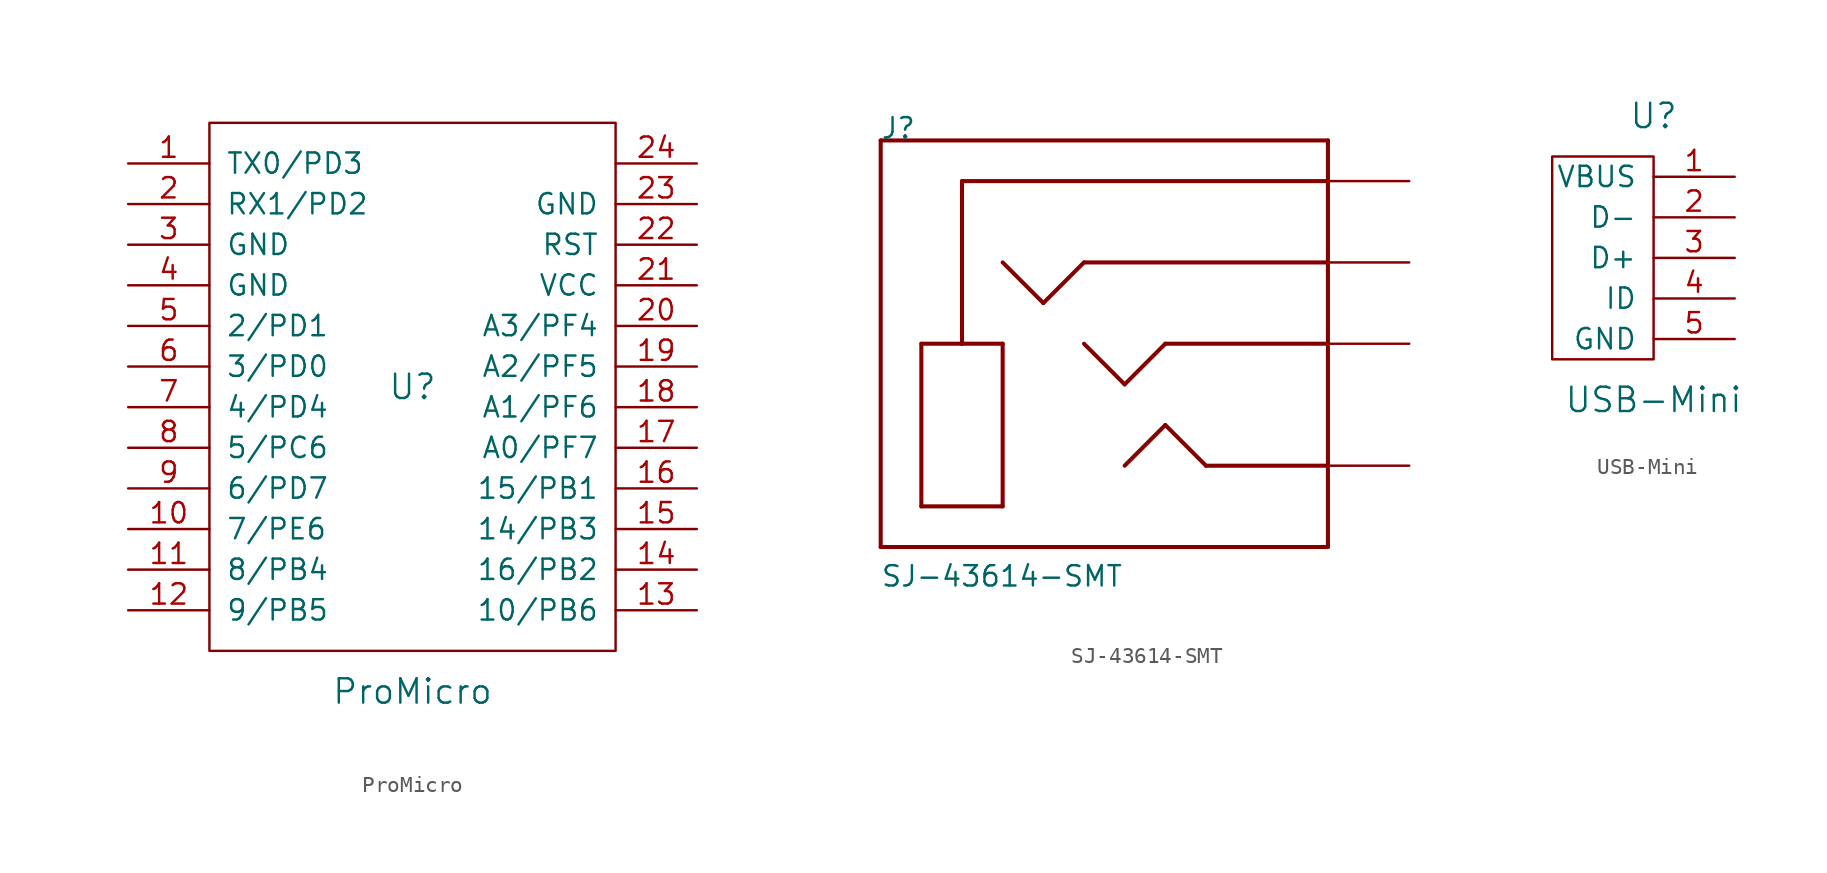
<source format=kicad_sym>
(kicad_symbol_lib
  (version 20211014)
  (generator kicad_symbol_editor)
  (symbol "ProMicro"
    (pin_names
      (offset 1.016))
    (property "Reference" "U"
      (at 0 0 0)
      (effects (font (size 1.524 1.524))))
    (property "Value" "ProMicro"
      (at 0 -19.05 0)
      (effects (font (size 1.524 1.524))))
    (symbol "ProMicro_0_1"
      (rectangle (start -12.7 -16.51) (end 12.7 16.51) (stroke (width 0) (type default) (color 0 0 0 0)) (fill (type none))))
    (symbol "ProMicro_1_1"
      (pin input line (at -17.78 13.97 0) (length 5.08) (name "TX0/PD3" (effects (font (size 1.27 1.27)))) (number "1" (effects (font (size 1.27 1.27)))))
      (pin input line (at -17.78 -8.89 0) (length 5.08) (name "7/PE6" (effects (font (size 1.27 1.27)))) (number "10" (effects (font (size 1.27 1.27)))))
      (pin input line (at -17.78 -11.43 0) (length 5.08) (name "8/PB4" (effects (font (size 1.27 1.27)))) (number "11" (effects (font (size 1.27 1.27)))))
      (pin input line (at -17.78 -13.97 0) (length 5.08) (name "9/PB5" (effects (font (size 1.27 1.27)))) (number "12" (effects (font (size 1.27 1.27)))))
      (pin input line (at 17.78 -13.97 180) (length 5.08) (name "10/PB6" (effects (font (size 1.27 1.27)))) (number "13" (effects (font (size 1.27 1.27)))))
      (pin input line (at 17.78 -11.43 180) (length 5.08) (name "16/PB2" (effects (font (size 1.27 1.27)))) (number "14" (effects (font (size 1.27 1.27)))))
      (pin input line (at 17.78 -8.89 180) (length 5.08) (name "14/PB3" (effects (font (size 1.27 1.27)))) (number "15" (effects (font (size 1.27 1.27)))))
      (pin input line (at 17.78 -6.35 180) (length 5.08) (name "15/PB1" (effects (font (size 1.27 1.27)))) (number "16" (effects (font (size 1.27 1.27)))))
      (pin input line (at 17.78 -3.81 180) (length 5.08) (name "A0/PF7" (effects (font (size 1.27 1.27)))) (number "17" (effects (font (size 1.27 1.27)))))
      (pin input line (at 17.78 -1.27 180) (length 5.08) (name "A1/PF6" (effects (font (size 1.27 1.27)))) (number "18" (effects (font (size 1.27 1.27)))))
      (pin input line (at 17.78 1.27 180) (length 5.08) (name "A2/PF5" (effects (font (size 1.27 1.27)))) (number "19" (effects (font (size 1.27 1.27)))))
      (pin input line (at -17.78 11.43 0) (length 5.08) (name "RX1/PD2" (effects (font (size 1.27 1.27)))) (number "2" (effects (font (size 1.27 1.27)))))
      (pin input line (at 17.78 3.81 180) (length 5.08) (name "A3/PF4" (effects (font (size 1.27 1.27)))) (number "20" (effects (font (size 1.27 1.27)))))
      (pin input line (at 17.78 6.35 180) (length 5.08) (name "VCC" (effects (font (size 1.27 1.27)))) (number "21" (effects (font (size 1.27 1.27)))))
      (pin input line (at 17.78 8.89 180) (length 5.08) (name "RST" (effects (font (size 1.27 1.27)))) (number "22" (effects (font (size 1.27 1.27)))))
      (pin input line (at 17.78 11.43 180) (length 5.08) (name "GND" (effects (font (size 1.27 1.27)))) (number "23" (effects (font (size 1.27 1.27)))))
      (pin input line (at 17.78 13.97 180) (length 5.08) (name "~" (effects (font (size 1.27 1.27)))) (number "24" (effects (font (size 1.27 1.27)))))
      (pin input line (at -17.78 8.89 0) (length 5.08) (name "GND" (effects (font (size 1.27 1.27)))) (number "3" (effects (font (size 1.27 1.27)))))
      (pin input line (at -17.78 6.35 0) (length 5.08) (name "GND" (effects (font (size 1.27 1.27)))) (number "4" (effects (font (size 1.27 1.27)))))
      (pin input line (at -17.78 3.81 0) (length 5.08) (name "2/PD1" (effects (font (size 1.27 1.27)))) (number "5" (effects (font (size 1.27 1.27)))))
      (pin input line (at -17.78 1.27 0) (length 5.08) (name "3/PD0" (effects (font (size 1.27 1.27)))) (number "6" (effects (font (size 1.27 1.27)))))
      (pin input line (at -17.78 -1.27 0) (length 5.08) (name "4/PD4" (effects (font (size 1.27 1.27)))) (number "7" (effects (font (size 1.27 1.27)))))
      (pin input line (at -17.78 -3.81 0) (length 5.08) (name "5/PC6" (effects (font (size 1.27 1.27)))) (number "8" (effects (font (size 1.27 1.27)))))
      (pin input line (at -17.78 -6.35 0) (length 5.08) (name "6/PD7" (effects (font (size 1.27 1.27)))) (number "9" (effects (font (size 1.27 1.27)))))))
  (symbol "SJ-43614-SMT"
    (pin_numbers hide)
    (pin_names
      (offset 1.016) hide)
    (property "Reference" "J"
      (at -15.265 12.725 0)
      (effects (font (size 1.27 1.27)) (justify left bottom)))
    (property "Value" "SJ-43614-SMT"
      (at -15.265 -15.265 0)
      (effects (font (size 1.27 1.27)) (justify left bottom)))
    (property "ki_locked" ""
      (at 0 0 0)
      (effects (font (size 1.27 1.27))))
    (symbol "SJ-43614-SMT_0_0"
      (polyline (pts (xy -15.24 -12.7) (xy -15.24 12.7)) (stroke (width 0.254) (type default) (color 0 0 0 0)) (fill (type none)))
      (polyline (pts (xy -15.24 12.7) (xy 12.7 12.7)) (stroke (width 0.254) (type default) (color 0 0 0 0)) (fill (type none)))
      (polyline (pts (xy -12.7 -10.16) (xy -7.62 -10.16)) (stroke (width 0.254) (type default) (color 0 0 0 0)) (fill (type none)))
      (polyline (pts (xy -12.7 0) (xy -12.7 -10.16)) (stroke (width 0.254) (type default) (color 0 0 0 0)) (fill (type none)))
      (polyline (pts (xy -10.16 0) (xy -12.7 0)) (stroke (width 0.254) (type default) (color 0 0 0 0)) (fill (type none)))
      (polyline (pts (xy -10.16 0) (xy -10.16 10.16)) (stroke (width 0.254) (type default) (color 0 0 0 0)) (fill (type none)))
      (polyline (pts (xy -10.16 10.16) (xy 12.7 10.16)) (stroke (width 0.254) (type default) (color 0 0 0 0)) (fill (type none)))
      (polyline (pts (xy -7.62 -10.16) (xy -7.62 0)) (stroke (width 0.254) (type default) (color 0 0 0 0)) (fill (type none)))
      (polyline (pts (xy -7.62 0) (xy -10.16 0)) (stroke (width 0.254) (type default) (color 0 0 0 0)) (fill (type none)))
      (polyline (pts (xy -7.62 5.08) (xy -5.08 2.54)) (stroke (width 0.254) (type default) (color 0 0 0 0)) (fill (type none)))
      (polyline (pts (xy -5.08 2.54) (xy -2.54 5.08)) (stroke (width 0.254) (type default) (color 0 0 0 0)) (fill (type none)))
      (polyline (pts (xy -2.54 0) (xy 0 -2.54)) (stroke (width 0.254) (type default) (color 0 0 0 0)) (fill (type none)))
      (polyline (pts (xy -2.54 5.08) (xy 12.7 5.08)) (stroke (width 0.254) (type default) (color 0 0 0 0)) (fill (type none)))
      (polyline (pts (xy 0 -7.62) (xy 2.54 -5.08)) (stroke (width 0.254) (type default) (color 0 0 0 0)) (fill (type none)))
      (polyline (pts (xy 0 -2.54) (xy 2.54 0)) (stroke (width 0.254) (type default) (color 0 0 0 0)) (fill (type none)))
      (polyline (pts (xy 2.54 -5.08) (xy 5.08 -7.62)) (stroke (width 0.254) (type default) (color 0 0 0 0)) (fill (type none)))
      (polyline (pts (xy 2.54 0) (xy 12.7 0)) (stroke (width 0.254) (type default) (color 0 0 0 0)) (fill (type none)))
      (polyline (pts (xy 5.08 -7.62) (xy 12.7 -7.62)) (stroke (width 0.254) (type default) (color 0 0 0 0)) (fill (type none)))
      (polyline (pts (xy 12.7 -12.7) (xy -15.24 -12.7)) (stroke (width 0.254) (type default) (color 0 0 0 0)) (fill (type none)))
      (polyline (pts (xy 12.7 12.7) (xy 12.7 -12.7)) (stroke (width 0.254) (type default) (color 0 0 0 0)) (fill (type none)))
      (pin passive line (at 17.78 10.16 180) (length 5.08) (name "SLEEVE" (effects (font (size 1.016 1.016)))) (number "1" (effects (font (size 1.016 1.016)))))
      (pin passive line (at 17.78 -7.62 180) (length 5.08) (name "TIP" (effects (font (size 1.016 1.016)))) (number "2" (effects (font (size 1.016 1.016)))))
      (pin passive line (at 17.78 0 180) (length 5.08) (name "RING1" (effects (font (size 1.016 1.016)))) (number "3" (effects (font (size 1.016 1.016)))))
      (pin passive line (at 17.78 5.08 180) (length 5.08) (name "RING2" (effects (font (size 1.016 1.016)))) (number "4" (effects (font (size 1.016 1.016)))))))
  (symbol "USB-Mini"
    (pin_names
      (offset 1.016))
    (property "Reference" "U"
      (at 0 15.24 0)
      (effects (font (size 1.524 1.524))))
    (property "Value" "USB-Mini"
      (at 0 -2.54 0)
      (effects (font (size 1.524 1.524))))
    (symbol "USB-Mini_0_1"
      (rectangle (start 0 0) (end -6.35 12.7) (stroke (width 0) (type default) (color 0 0 0 0)) (fill (type none))))
    (symbol "USB-Mini_1_1"
      (pin input line (at 5.08 11.43 180) (length 5.08) (name "VBUS" (effects (font (size 1.27 1.27)))) (number "1" (effects (font (size 1.27 1.27)))))
      (pin input line (at 5.08 8.89 180) (length 5.08) (name "D-" (effects (font (size 1.27 1.27)))) (number "2" (effects (font (size 1.27 1.27)))))
      (pin input line (at 5.08 6.35 180) (length 5.08) (name "D+" (effects (font (size 1.27 1.27)))) (number "3" (effects (font (size 1.27 1.27)))))
      (pin input line (at 5.08 3.81 180) (length 5.08) (name "ID" (effects (font (size 1.27 1.27)))) (number "4" (effects (font (size 1.27 1.27)))))
      (pin input line (at 5.08 1.27 180) (length 5.08) (name "GND" (effects (font (size 1.27 1.27)))) (number "5" (effects (font (size 1.27 1.27))))))))
</source>
